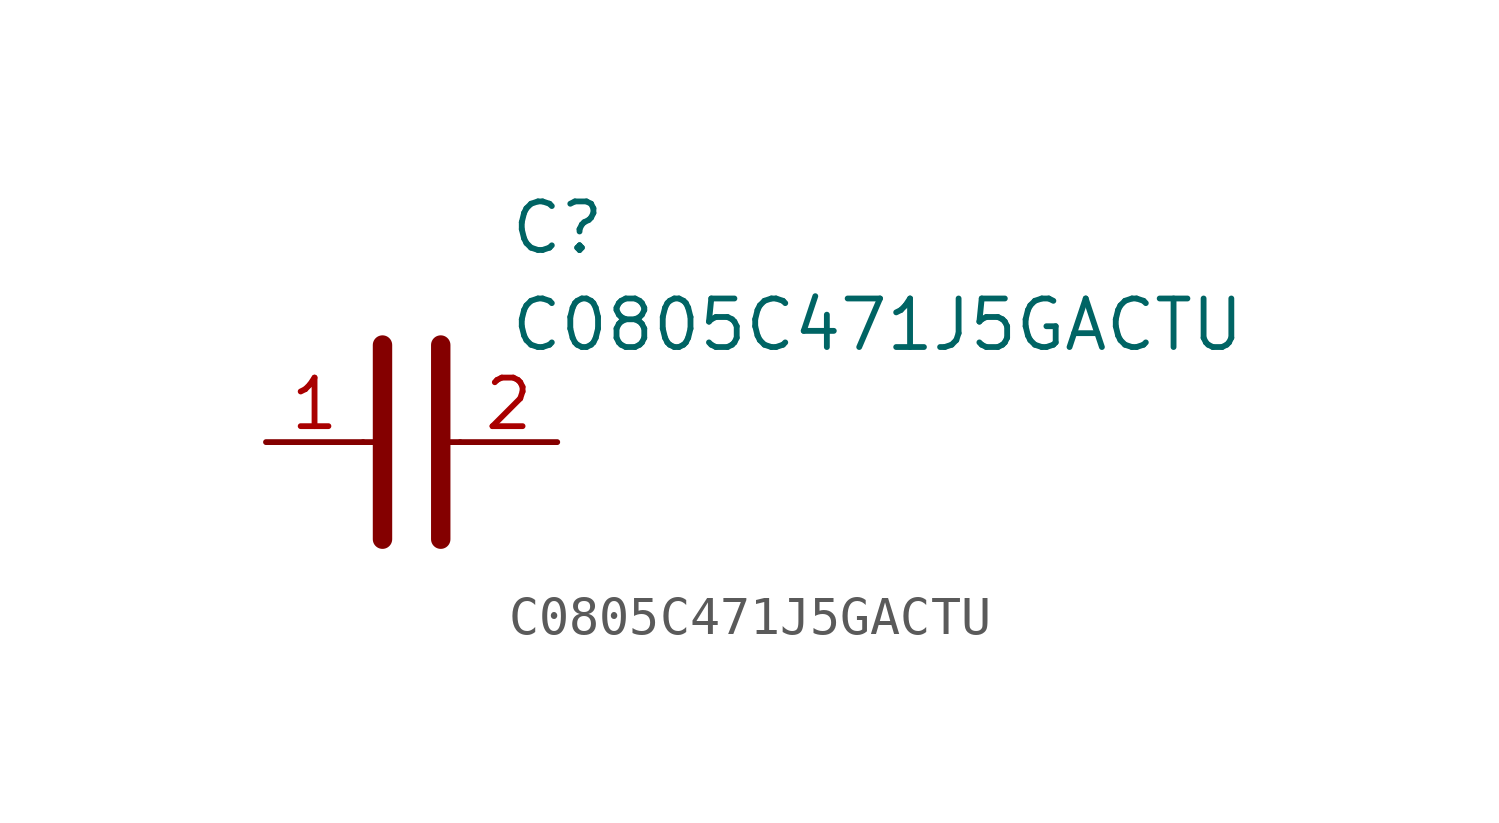
<source format=kicad_sym>
(kicad_symbol_lib
  (version 20231120)
  (generator "kicad_symbol_editor")
  (generator_version "8.0")
  (symbol "C0805C471J5GACTU"
    (pin_names hide)
    (property "Reference" "C"
      (at 8.89 6.35 0)
      (effects (font (size 1.27 1.27)) (justify left top)))
    (property "Value" "C0805C471J5GACTU"
      (at 8.89 3.81 0)
      (effects (font (size 1.27 1.27)) (justify left top)))
    (symbol "C0805C471J5GACTU_1_1"
      (polyline (pts (xy 5.08 0) (xy 5.588 0)) (stroke (width 0.152) (type default)) (fill (type none)))
      (polyline (pts (xy 5.588 2.54) (xy 5.588 -2.54)) (stroke (width 0.508) (type default)) (fill (type none)))
      (polyline (pts (xy 7.112 0) (xy 7.62 0)) (stroke (width 0.152) (type default)) (fill (type none)))
      (polyline (pts (xy 7.112 2.54) (xy 7.112 -2.54)) (stroke (width 0.508) (type default)) (fill (type none)))
      (pin passive line (at 2.54 0 0) (length 2.54) (name "1" (effects (font (size 1.27 1.27)))) (number "1" (effects (font (size 1.27 1.27)))))
      (pin passive line (at 10.16 0 180) (length 2.54) (name "2" (effects (font (size 1.27 1.27)))) (number "2" (effects (font (size 1.27 1.27))))))))
</source>
